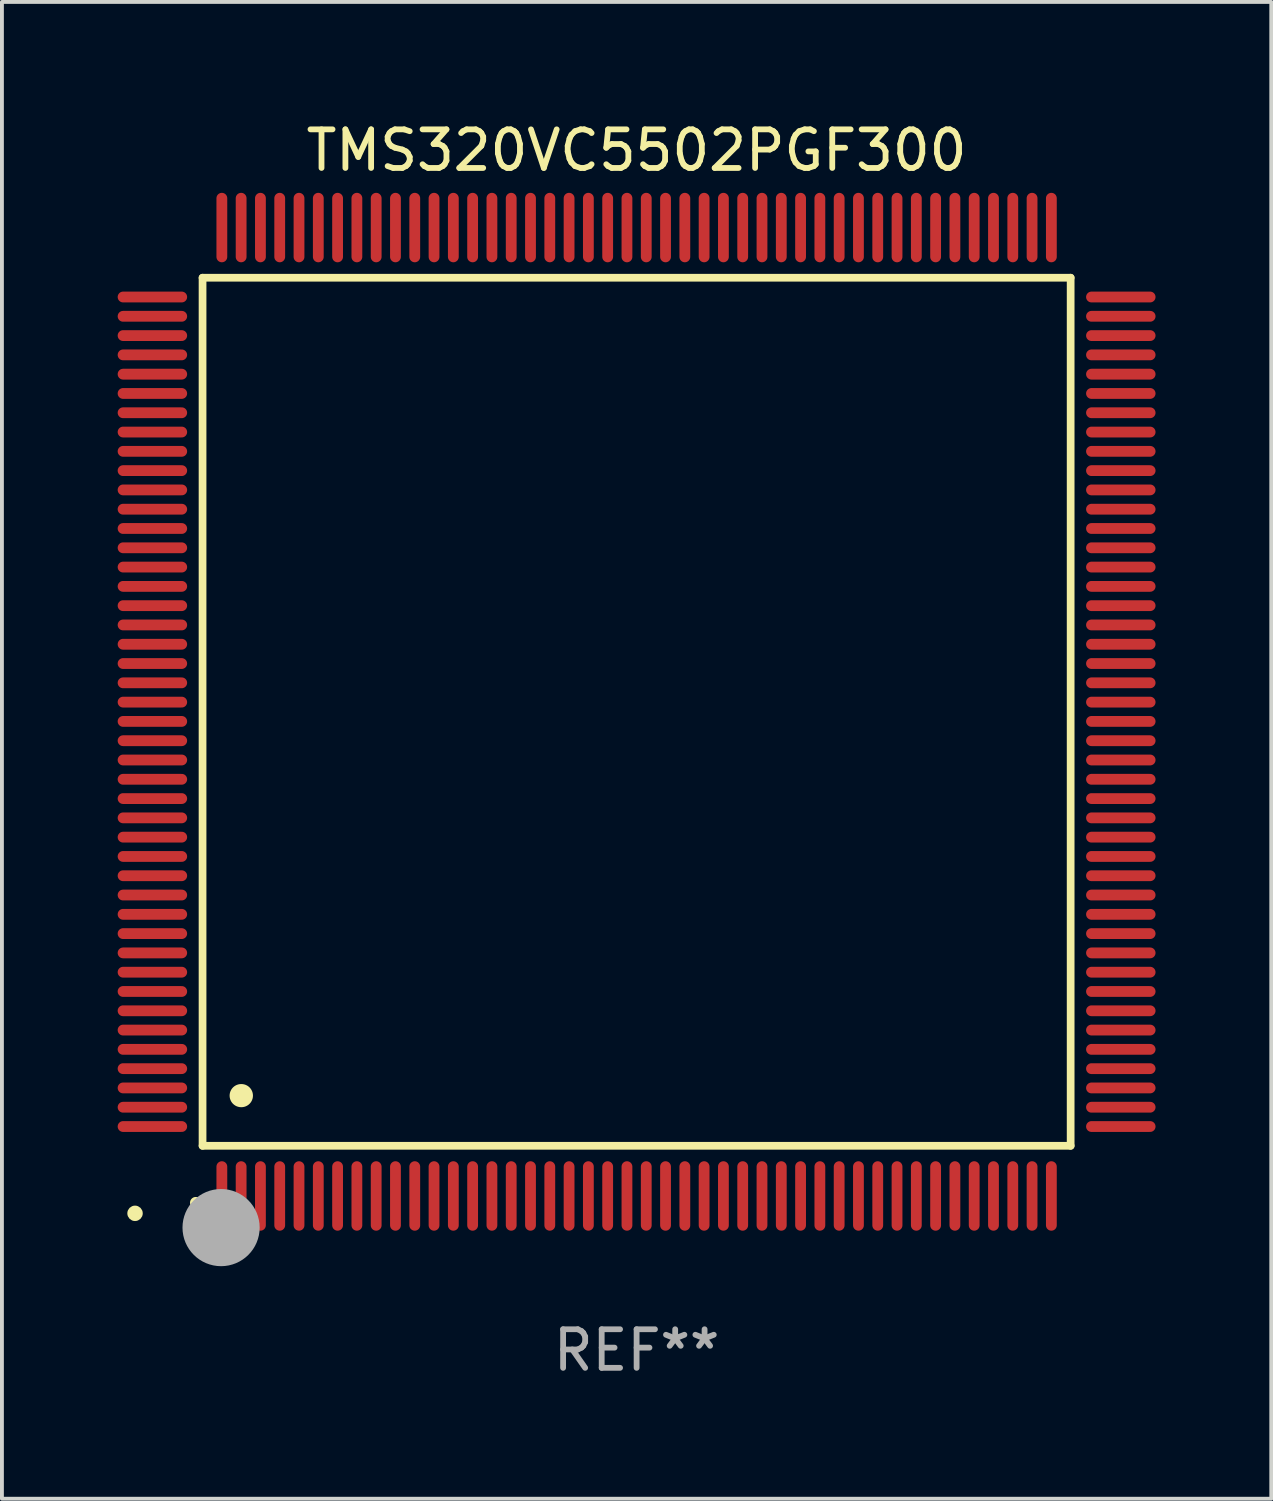
<source format=kicad_pcb>
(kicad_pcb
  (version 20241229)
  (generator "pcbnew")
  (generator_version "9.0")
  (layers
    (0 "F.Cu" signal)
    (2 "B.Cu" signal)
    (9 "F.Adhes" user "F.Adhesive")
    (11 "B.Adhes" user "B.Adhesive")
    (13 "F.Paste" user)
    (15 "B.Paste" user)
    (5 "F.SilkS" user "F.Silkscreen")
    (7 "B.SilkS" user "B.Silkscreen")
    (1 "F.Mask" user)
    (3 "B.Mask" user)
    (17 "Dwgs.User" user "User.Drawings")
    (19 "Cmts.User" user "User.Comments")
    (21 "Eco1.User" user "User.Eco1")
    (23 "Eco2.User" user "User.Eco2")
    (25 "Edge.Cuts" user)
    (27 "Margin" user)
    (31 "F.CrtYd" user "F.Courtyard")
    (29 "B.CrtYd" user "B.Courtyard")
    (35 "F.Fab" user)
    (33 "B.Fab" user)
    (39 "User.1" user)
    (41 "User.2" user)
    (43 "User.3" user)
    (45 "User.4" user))
  (footprint "TMS320VC5502PGF300"
    (layer "F.Cu")
    (at 13.45 15.398)
    (property "Reference" "TMS320VC5502PGF300" (at 0 -14.55 0) (layer "F.SilkS") (effects (font (size 1 1) (thickness 0.15))))
    (attr through_hole)
    (fp_line (start -11.25 -11.25) (end 11.25 -11.25) (stroke (width 0.2) (type solid)) (layer "F.SilkS"))
    (fp_line (start -11.25 11.25) (end -11.25 -11.25) (stroke (width 0.2) (type solid)) (layer "F.SilkS"))
    (fp_line (start 11.25 -11.25) (end 11.25 11.25) (stroke (width 0.2) (type solid)) (layer "F.SilkS"))
    (fp_line (start 11.25 11.25) (end -11.25 11.25) (stroke (width 0.2) (type solid)) (layer "F.SilkS"))
    (fp_arc (start -11.424943 12.725425) (mid -11.423673 12.72542) (end -11.422403 12.725425) (stroke (width 0.3) (type solid)) (layer "F.SilkS"))
    (fp_arc (start -10.24892 9.9492) (mid -10.24638 9.949189) (end -10.24384 9.9492) (stroke (width 0.6) (type solid)) (layer "F.SilkS"))
    (fp_circle (center -13 13) (end -12.9 13) (stroke (width 0.2) (type solid)) (fill no) (layer "F.SilkS"))
    (fp_circle (center -10.77 13.37) (end -10.27 13.37) (stroke (width 1) (type solid)) (fill no) (layer "F.Fab"))
    (fp_text user "REF**" (at 0 16.55 0) (layer "F.Fab") (effects (font (size 1 1) (thickness 0.15))))
    (pad "1" smd oval (at -10.75 12.55) (size 0.28 1.8) (layers "F.Cu" "F.Mask" "F.Paste"))
    (pad "2" smd oval (at -10.25 12.55) (size 0.28 1.8) (layers "F.Cu" "F.Mask" "F.Paste"))
    (pad "3" smd oval (at -9.75 12.55) (size 0.28 1.8) (layers "F.Cu" "F.Mask" "F.Paste"))
    (pad "4" smd oval (at -9.25 12.55) (size 0.28 1.8) (layers "F.Cu" "F.Mask" "F.Paste"))
    (pad "5" smd oval (at -8.75 12.55) (size 0.28 1.8) (layers "F.Cu" "F.Mask" "F.Paste"))
    (pad "6" smd oval (at -8.25 12.55) (size 0.28 1.8) (layers "F.Cu" "F.Mask" "F.Paste"))
    (pad "7" smd oval (at -7.75 12.55) (size 0.28 1.8) (layers "F.Cu" "F.Mask" "F.Paste"))
    (pad "8" smd oval (at -7.25 12.55) (size 0.28 1.8) (layers "F.Cu" "F.Mask" "F.Paste"))
    (pad "9" smd oval (at -6.75 12.55) (size 0.28 1.8) (layers "F.Cu" "F.Mask" "F.Paste"))
    (pad "10" smd oval (at -6.25 12.55) (size 0.28 1.8) (layers "F.Cu" "F.Mask" "F.Paste"))
    (pad "11" smd oval (at -5.75 12.55) (size 0.28 1.8) (layers "F.Cu" "F.Mask" "F.Paste"))
    (pad "12" smd oval (at -5.25 12.55) (size 0.28 1.8) (layers "F.Cu" "F.Mask" "F.Paste"))
    (pad "13" smd oval (at -4.75 12.55) (size 0.28 1.8) (layers "F.Cu" "F.Mask" "F.Paste"))
    (pad "14" smd oval (at -4.25 12.55) (size 0.28 1.8) (layers "F.Cu" "F.Mask" "F.Paste"))
    (pad "15" smd oval (at -3.75 12.55) (size 0.28 1.8) (layers "F.Cu" "F.Mask" "F.Paste"))
    (pad "16" smd oval (at -3.25 12.55) (size 0.28 1.8) (layers "F.Cu" "F.Mask" "F.Paste"))
    (pad "17" smd oval (at -2.75 12.55) (size 0.28 1.8) (layers "F.Cu" "F.Mask" "F.Paste"))
    (pad "18" smd oval (at -2.25 12.55) (size 0.28 1.8) (layers "F.Cu" "F.Mask" "F.Paste"))
    (pad "19" smd oval (at -1.75 12.55) (size 0.28 1.8) (layers "F.Cu" "F.Mask" "F.Paste"))
    (pad "20" smd oval (at -1.25 12.55) (size 0.28 1.8) (layers "F.Cu" "F.Mask" "F.Paste"))
    (pad "21" smd oval (at -0.75 12.55) (size 0.28 1.8) (layers "F.Cu" "F.Mask" "F.Paste"))
    (pad "22" smd oval (at -0.25 12.55) (size 0.28 1.8) (layers "F.Cu" "F.Mask" "F.Paste"))
    (pad "23" smd oval (at 0.25 12.55) (size 0.28 1.8) (layers "F.Cu" "F.Mask" "F.Paste"))
    (pad "24" smd oval (at 0.75 12.55) (size 0.28 1.8) (layers "F.Cu" "F.Mask" "F.Paste"))
    (pad "25" smd oval (at 1.25 12.55) (size 0.28 1.8) (layers "F.Cu" "F.Mask" "F.Paste"))
    (pad "26" smd oval (at 1.75 12.55) (size 0.28 1.8) (layers "F.Cu" "F.Mask" "F.Paste"))
    (pad "27" smd oval (at 2.25 12.55) (size 0.28 1.8) (layers "F.Cu" "F.Mask" "F.Paste"))
    (pad "28" smd oval (at 2.75 12.55) (size 0.28 1.8) (layers "F.Cu" "F.Mask" "F.Paste"))
    (pad "29" smd oval (at 3.25 12.55) (size 0.28 1.8) (layers "F.Cu" "F.Mask" "F.Paste"))
    (pad "30" smd oval (at 3.75 12.55) (size 0.28 1.8) (layers "F.Cu" "F.Mask" "F.Paste"))
    (pad "31" smd oval (at 4.25 12.55) (size 0.28 1.8) (layers "F.Cu" "F.Mask" "F.Paste"))
    (pad "32" smd oval (at 4.75 12.55) (size 0.28 1.8) (layers "F.Cu" "F.Mask" "F.Paste"))
    (pad "33" smd oval (at 5.25 12.55) (size 0.28 1.8) (layers "F.Cu" "F.Mask" "F.Paste"))
    (pad "34" smd oval (at 5.75 12.55) (size 0.28 1.8) (layers "F.Cu" "F.Mask" "F.Paste"))
    (pad "35" smd oval (at 6.25 12.55) (size 0.28 1.8) (layers "F.Cu" "F.Mask" "F.Paste"))
    (pad "36" smd oval (at 6.75 12.55) (size 0.28 1.8) (layers "F.Cu" "F.Mask" "F.Paste"))
    (pad "37" smd oval (at 7.25 12.55) (size 0.28 1.8) (layers "F.Cu" "F.Mask" "F.Paste"))
    (pad "38" smd oval (at 7.75 12.55) (size 0.28 1.8) (layers "F.Cu" "F.Mask" "F.Paste"))
    (pad "39" smd oval (at 8.25 12.55) (size 0.28 1.8) (layers "F.Cu" "F.Mask" "F.Paste"))
    (pad "40" smd oval (at 8.75 12.55) (size 0.28 1.8) (layers "F.Cu" "F.Mask" "F.Paste"))
    (pad "41" smd oval (at 9.25 12.55) (size 0.28 1.8) (layers "F.Cu" "F.Mask" "F.Paste"))
    (pad "42" smd oval (at 9.75 12.55) (size 0.28 1.8) (layers "F.Cu" "F.Mask" "F.Paste"))
    (pad "43" smd oval (at 10.25 12.55) (size 0.28 1.8) (layers "F.Cu" "F.Mask" "F.Paste"))
    (pad "44" smd oval (at 10.75 12.55) (size 0.28 1.8) (layers "F.Cu" "F.Mask" "F.Paste"))
    (pad "45" smd oval (at 12.55 10.75) (size 1.8 0.28) (layers "F.Cu" "F.Mask" "F.Paste"))
    (pad "46" smd oval (at 12.55 10.25) (size 1.8 0.28) (layers "F.Cu" "F.Mask" "F.Paste"))
    (pad "47" smd oval (at 12.55 9.75) (size 1.8 0.28) (layers "F.Cu" "F.Mask" "F.Paste"))
    (pad "48" smd oval (at 12.55 9.25) (size 1.8 0.28) (layers "F.Cu" "F.Mask" "F.Paste"))
    (pad "49" smd oval (at 12.55 8.75) (size 1.8 0.28) (layers "F.Cu" "F.Mask" "F.Paste"))
    (pad "50" smd oval (at 12.55 8.25) (size 1.8 0.28) (layers "F.Cu" "F.Mask" "F.Paste"))
    (pad "51" smd oval (at 12.55 7.75) (size 1.8 0.28) (layers "F.Cu" "F.Mask" "F.Paste"))
    (pad "52" smd oval (at 12.55 7.25) (size 1.8 0.28) (layers "F.Cu" "F.Mask" "F.Paste"))
    (pad "53" smd oval (at 12.55 6.75) (size 1.8 0.28) (layers "F.Cu" "F.Mask" "F.Paste"))
    (pad "54" smd oval (at 12.55 6.25) (size 1.8 0.28) (layers "F.Cu" "F.Mask" "F.Paste"))
    (pad "55" smd oval (at 12.55 5.75) (size 1.8 0.28) (layers "F.Cu" "F.Mask" "F.Paste"))
    (pad "56" smd oval (at 12.55 5.25) (size 1.8 0.28) (layers "F.Cu" "F.Mask" "F.Paste"))
    (pad "57" smd oval (at 12.55 4.75) (size 1.8 0.28) (layers "F.Cu" "F.Mask" "F.Paste"))
    (pad "58" smd oval (at 12.55 4.25) (size 1.8 0.28) (layers "F.Cu" "F.Mask" "F.Paste"))
    (pad "59" smd oval (at 12.55 3.75) (size 1.8 0.28) (layers "F.Cu" "F.Mask" "F.Paste"))
    (pad "60" smd oval (at 12.55 3.25) (size 1.8 0.28) (layers "F.Cu" "F.Mask" "F.Paste"))
    (pad "61" smd oval (at 12.55 2.75) (size 1.8 0.28) (layers "F.Cu" "F.Mask" "F.Paste"))
    (pad "62" smd oval (at 12.55 2.25) (size 1.8 0.28) (layers "F.Cu" "F.Mask" "F.Paste"))
    (pad "63" smd oval (at 12.55 1.75) (size 1.8 0.28) (layers "F.Cu" "F.Mask" "F.Paste"))
    (pad "64" smd oval (at 12.55 1.25) (size 1.8 0.28) (layers "F.Cu" "F.Mask" "F.Paste"))
    (pad "65" smd oval (at 12.55 0.75) (size 1.8 0.28) (layers "F.Cu" "F.Mask" "F.Paste"))
    (pad "66" smd oval (at 12.55 0.25) (size 1.8 0.28) (layers "F.Cu" "F.Mask" "F.Paste"))
    (pad "67" smd oval (at 12.55 -0.25) (size 1.8 0.28) (layers "F.Cu" "F.Mask" "F.Paste"))
    (pad "68" smd oval (at 12.55 -0.75) (size 1.8 0.28) (layers "F.Cu" "F.Mask" "F.Paste"))
    (pad "69" smd oval (at 12.55 -1.25) (size 1.8 0.28) (layers "F.Cu" "F.Mask" "F.Paste"))
    (pad "70" smd oval (at 12.55 -1.75) (size 1.8 0.28) (layers "F.Cu" "F.Mask" "F.Paste"))
    (pad "71" smd oval (at 12.55 -2.25) (size 1.8 0.28) (layers "F.Cu" "F.Mask" "F.Paste"))
    (pad "72" smd oval (at 12.55 -2.75) (size 1.8 0.28) (layers "F.Cu" "F.Mask" "F.Paste"))
    (pad "73" smd oval (at 12.55 -3.25) (size 1.8 0.28) (layers "F.Cu" "F.Mask" "F.Paste"))
    (pad "74" smd oval (at 12.55 -3.75) (size 1.8 0.28) (layers "F.Cu" "F.Mask" "F.Paste"))
    (pad "75" smd oval (at 12.55 -4.25) (size 1.8 0.28) (layers "F.Cu" "F.Mask" "F.Paste"))
    (pad "76" smd oval (at 12.55 -4.75) (size 1.8 0.28) (layers "F.Cu" "F.Mask" "F.Paste"))
    (pad "77" smd oval (at 12.55 -5.25) (size 1.8 0.28) (layers "F.Cu" "F.Mask" "F.Paste"))
    (pad "78" smd oval (at 12.55 -5.75) (size 1.8 0.28) (layers "F.Cu" "F.Mask" "F.Paste"))
    (pad "79" smd oval (at 12.55 -6.25) (size 1.8 0.28) (layers "F.Cu" "F.Mask" "F.Paste"))
    (pad "80" smd oval (at 12.55 -6.75) (size 1.8 0.28) (layers "F.Cu" "F.Mask" "F.Paste"))
    (pad "81" smd oval (at 12.55 -7.25) (size 1.8 0.28) (layers "F.Cu" "F.Mask" "F.Paste"))
    (pad "82" smd oval (at 12.55 -7.75) (size 1.8 0.28) (layers "F.Cu" "F.Mask" "F.Paste"))
    (pad "83" smd oval (at 12.55 -8.25) (size 1.8 0.28) (layers "F.Cu" "F.Mask" "F.Paste"))
    (pad "84" smd oval (at 12.55 -8.75) (size 1.8 0.28) (layers "F.Cu" "F.Mask" "F.Paste"))
    (pad "85" smd oval (at 12.55 -9.25) (size 1.8 0.28) (layers "F.Cu" "F.Mask" "F.Paste"))
    (pad "86" smd oval (at 12.55 -9.75) (size 1.8 0.28) (layers "F.Cu" "F.Mask" "F.Paste"))
    (pad "87" smd oval (at 12.55 -10.25) (size 1.8 0.28) (layers "F.Cu" "F.Mask" "F.Paste"))
    (pad "88" smd oval (at 12.55 -10.75) (size 1.8 0.28) (layers "F.Cu" "F.Mask" "F.Paste"))
    (pad "89" smd oval (at 10.75 -12.55) (size 0.28 1.8) (layers "F.Cu" "F.Mask" "F.Paste"))
    (pad "90" smd oval (at 10.25 -12.55) (size 0.28 1.8) (layers "F.Cu" "F.Mask" "F.Paste"))
    (pad "91" smd oval (at 9.75 -12.55) (size 0.28 1.8) (layers "F.Cu" "F.Mask" "F.Paste"))
    (pad "92" smd oval (at 9.25 -12.55) (size 0.28 1.8) (layers "F.Cu" "F.Mask" "F.Paste"))
    (pad "93" smd oval (at 8.75 -12.55) (size 0.28 1.8) (layers "F.Cu" "F.Mask" "F.Paste"))
    (pad "94" smd oval (at 8.25 -12.55) (size 0.28 1.8) (layers "F.Cu" "F.Mask" "F.Paste"))
    (pad "95" smd oval (at 7.75 -12.55) (size 0.28 1.8) (layers "F.Cu" "F.Mask" "F.Paste"))
    (pad "96" smd oval (at 7.25 -12.55) (size 0.28 1.8) (layers "F.Cu" "F.Mask" "F.Paste"))
    (pad "97" smd oval (at 6.75 -12.55) (size 0.28 1.8) (layers "F.Cu" "F.Mask" "F.Paste"))
    (pad "98" smd oval (at 6.25 -12.55) (size 0.28 1.8) (layers "F.Cu" "F.Mask" "F.Paste"))
    (pad "99" smd oval (at 5.75 -12.55) (size 0.28 1.8) (layers "F.Cu" "F.Mask" "F.Paste"))
    (pad "100" smd oval (at 5.25 -12.55) (size 0.28 1.8) (layers "F.Cu" "F.Mask" "F.Paste"))
    (pad "101" smd oval (at 4.75 -12.55) (size 0.28 1.8) (layers "F.Cu" "F.Mask" "F.Paste"))
    (pad "102" smd oval (at 4.25 -12.55) (size 0.28 1.8) (layers "F.Cu" "F.Mask" "F.Paste"))
    (pad "103" smd oval (at 3.75 -12.55) (size 0.28 1.8) (layers "F.Cu" "F.Mask" "F.Paste"))
    (pad "104" smd oval (at 3.25 -12.55) (size 0.28 1.8) (layers "F.Cu" "F.Mask" "F.Paste"))
    (pad "105" smd oval (at 2.75 -12.55) (size 0.28 1.8) (layers "F.Cu" "F.Mask" "F.Paste"))
    (pad "106" smd oval (at 2.25 -12.55) (size 0.28 1.8) (layers "F.Cu" "F.Mask" "F.Paste"))
    (pad "107" smd oval (at 1.75 -12.55) (size 0.28 1.8) (layers "F.Cu" "F.Mask" "F.Paste"))
    (pad "108" smd oval (at 1.25 -12.55) (size 0.28 1.8) (layers "F.Cu" "F.Mask" "F.Paste"))
    (pad "109" smd oval (at 0.75 -12.55) (size 0.28 1.8) (layers "F.Cu" "F.Mask" "F.Paste"))
    (pad "110" smd oval (at 0.25 -12.55) (size 0.28 1.8) (layers "F.Cu" "F.Mask" "F.Paste"))
    (pad "111" smd oval (at -0.25 -12.55) (size 0.28 1.8) (layers "F.Cu" "F.Mask" "F.Paste"))
    (pad "112" smd oval (at -0.75 -12.55) (size 0.28 1.8) (layers "F.Cu" "F.Mask" "F.Paste"))
    (pad "113" smd oval (at -1.25 -12.55) (size 0.28 1.8) (layers "F.Cu" "F.Mask" "F.Paste"))
    (pad "114" smd oval (at -1.75 -12.55) (size 0.28 1.8) (layers "F.Cu" "F.Mask" "F.Paste"))
    (pad "115" smd oval (at -2.25 -12.55) (size 0.28 1.8) (layers "F.Cu" "F.Mask" "F.Paste"))
    (pad "116" smd oval (at -2.75 -12.55) (size 0.28 1.8) (layers "F.Cu" "F.Mask" "F.Paste"))
    (pad "117" smd oval (at -3.25 -12.55) (size 0.28 1.8) (layers "F.Cu" "F.Mask" "F.Paste"))
    (pad "118" smd oval (at -3.75 -12.55) (size 0.28 1.8) (layers "F.Cu" "F.Mask" "F.Paste"))
    (pad "119" smd oval (at -4.25 -12.55) (size 0.28 1.8) (layers "F.Cu" "F.Mask" "F.Paste"))
    (pad "120" smd oval (at -4.75 -12.55) (size 0.28 1.8) (layers "F.Cu" "F.Mask" "F.Paste"))
    (pad "121" smd oval (at -5.25 -12.55) (size 0.28 1.8) (layers "F.Cu" "F.Mask" "F.Paste"))
    (pad "122" smd oval (at -5.75 -12.55) (size 0.28 1.8) (layers "F.Cu" "F.Mask" "F.Paste"))
    (pad "123" smd oval (at -6.25 -12.55) (size 0.28 1.8) (layers "F.Cu" "F.Mask" "F.Paste"))
    (pad "124" smd oval (at -6.75 -12.55) (size 0.28 1.8) (layers "F.Cu" "F.Mask" "F.Paste"))
    (pad "125" smd oval (at -7.25 -12.55) (size 0.28 1.8) (layers "F.Cu" "F.Mask" "F.Paste"))
    (pad "126" smd oval (at -7.75 -12.55) (size 0.28 1.8) (layers "F.Cu" "F.Mask" "F.Paste"))
    (pad "127" smd oval (at -8.25 -12.55) (size 0.28 1.8) (layers "F.Cu" "F.Mask" "F.Paste"))
    (pad "128" smd oval (at -8.75 -12.55) (size 0.28 1.8) (layers "F.Cu" "F.Mask" "F.Paste"))
    (pad "129" smd oval (at -9.25 -12.55) (size 0.28 1.8) (layers "F.Cu" "F.Mask" "F.Paste"))
    (pad "130" smd oval (at -9.75 -12.55) (size 0.28 1.8) (layers "F.Cu" "F.Mask" "F.Paste"))
    (pad "131" smd oval (at -10.25 -12.55) (size 0.28 1.8) (layers "F.Cu" "F.Mask" "F.Paste"))
    (pad "132" smd oval (at -10.75 -12.55) (size 0.28 1.8) (layers "F.Cu" "F.Mask" "F.Paste"))
    (pad "133" smd oval (at -12.55 -10.75) (size 1.8 0.28) (layers "F.Cu" "F.Mask" "F.Paste"))
    (pad "134" smd oval (at -12.55 -10.25) (size 1.8 0.28) (layers "F.Cu" "F.Mask" "F.Paste"))
    (pad "135" smd oval (at -12.55 -9.75) (size 1.8 0.28) (layers "F.Cu" "F.Mask" "F.Paste"))
    (pad "136" smd oval (at -12.55 -9.25) (size 1.8 0.28) (layers "F.Cu" "F.Mask" "F.Paste"))
    (pad "137" smd oval (at -12.55 -8.75) (size 1.8 0.28) (layers "F.Cu" "F.Mask" "F.Paste"))
    (pad "138" smd oval (at -12.55 -8.25) (size 1.8 0.28) (layers "F.Cu" "F.Mask" "F.Paste"))
    (pad "139" smd oval (at -12.55 -7.75) (size 1.8 0.28) (layers "F.Cu" "F.Mask" "F.Paste"))
    (pad "140" smd oval (at -12.55 -7.25) (size 1.8 0.28) (layers "F.Cu" "F.Mask" "F.Paste"))
    (pad "141" smd oval (at -12.55 -6.75) (size 1.8 0.28) (layers "F.Cu" "F.Mask" "F.Paste"))
    (pad "142" smd oval (at -12.55 -6.25) (size 1.8 0.28) (layers "F.Cu" "F.Mask" "F.Paste"))
    (pad "143" smd oval (at -12.55 -5.75) (size 1.8 0.28) (layers "F.Cu" "F.Mask" "F.Paste"))
    (pad "144" smd oval (at -12.55 -5.25) (size 1.8 0.28) (layers "F.Cu" "F.Mask" "F.Paste"))
    (pad "145" smd oval (at -12.55 -4.75) (size 1.8 0.28) (layers "F.Cu" "F.Mask" "F.Paste"))
    (pad "146" smd oval (at -12.55 -4.25) (size 1.8 0.28) (layers "F.Cu" "F.Mask" "F.Paste"))
    (pad "147" smd oval (at -12.55 -3.75) (size 1.8 0.28) (layers "F.Cu" "F.Mask" "F.Paste"))
    (pad "148" smd oval (at -12.55 -3.25) (size 1.8 0.28) (layers "F.Cu" "F.Mask" "F.Paste"))
    (pad "149" smd oval (at -12.55 -2.75) (size 1.8 0.28) (layers "F.Cu" "F.Mask" "F.Paste"))
    (pad "150" smd oval (at -12.55 -2.25) (size 1.8 0.28) (layers "F.Cu" "F.Mask" "F.Paste"))
    (pad "151" smd oval (at -12.55 -1.75) (size 1.8 0.28) (layers "F.Cu" "F.Mask" "F.Paste"))
    (pad "152" smd oval (at -12.55 -1.25) (size 1.8 0.28) (layers "F.Cu" "F.Mask" "F.Paste"))
    (pad "153" smd oval (at -12.55 -0.75) (size 1.8 0.28) (layers "F.Cu" "F.Mask" "F.Paste"))
    (pad "154" smd oval (at -12.55 -0.25) (size 1.8 0.28) (layers "F.Cu" "F.Mask" "F.Paste"))
    (pad "155" smd oval (at -12.55 0.25) (size 1.8 0.28) (layers "F.Cu" "F.Mask" "F.Paste"))
    (pad "156" smd oval (at -12.55 0.75) (size 1.8 0.28) (layers "F.Cu" "F.Mask" "F.Paste"))
    (pad "157" smd oval (at -12.55 1.25) (size 1.8 0.28) (layers "F.Cu" "F.Mask" "F.Paste"))
    (pad "158" smd oval (at -12.55 1.75) (size 1.8 0.28) (layers "F.Cu" "F.Mask" "F.Paste"))
    (pad "159" smd oval (at -12.55 2.25) (size 1.8 0.28) (layers "F.Cu" "F.Mask" "F.Paste"))
    (pad "160" smd oval (at -12.55 2.75) (size 1.8 0.28) (layers "F.Cu" "F.Mask" "F.Paste"))
    (pad "161" smd oval (at -12.55 3.25) (size 1.8 0.28) (layers "F.Cu" "F.Mask" "F.Paste"))
    (pad "162" smd oval (at -12.55 3.75) (size 1.8 0.28) (layers "F.Cu" "F.Mask" "F.Paste"))
    (pad "163" smd oval (at -12.55 4.25) (size 1.8 0.28) (layers "F.Cu" "F.Mask" "F.Paste"))
    (pad "164" smd oval (at -12.55 4.75) (size 1.8 0.28) (layers "F.Cu" "F.Mask" "F.Paste"))
    (pad "165" smd oval (at -12.55 5.25) (size 1.8 0.28) (layers "F.Cu" "F.Mask" "F.Paste"))
    (pad "166" smd oval (at -12.55 5.75) (size 1.8 0.28) (layers "F.Cu" "F.Mask" "F.Paste"))
    (pad "167" smd oval (at -12.55 6.25) (size 1.8 0.28) (layers "F.Cu" "F.Mask" "F.Paste"))
    (pad "168" smd oval (at -12.55 6.75) (size 1.8 0.28) (layers "F.Cu" "F.Mask" "F.Paste"))
    (pad "169" smd oval (at -12.55 7.25) (size 1.8 0.28) (layers "F.Cu" "F.Mask" "F.Paste"))
    (pad "170" smd oval (at -12.55 7.75) (size 1.8 0.28) (layers "F.Cu" "F.Mask" "F.Paste"))
    (pad "171" smd oval (at -12.55 8.25) (size 1.8 0.28) (layers "F.Cu" "F.Mask" "F.Paste"))
    (pad "172" smd oval (at -12.55 8.75) (size 1.8 0.28) (layers "F.Cu" "F.Mask" "F.Paste"))
    (pad "173" smd oval (at -12.55 9.25) (size 1.8 0.28) (layers "F.Cu" "F.Mask" "F.Paste"))
    (pad "174" smd oval (at -12.55 9.75) (size 1.8 0.28) (layers "F.Cu" "F.Mask" "F.Paste"))
    (pad "175" smd oval (at -12.55 10.25) (size 1.8 0.28) (layers "F.Cu" "F.Mask" "F.Paste"))
    (pad "176" smd oval (at -12.55 10.75) (size 1.8 0.28) (layers "F.Cu" "F.Mask" "F.Paste")))
  (gr_rect
    (start -3 -3)
    (end 29.9 35.796)
    (stroke (width 0.1) (type default))
    (fill no)
    (layer "Edge.Cuts")))
</source>
